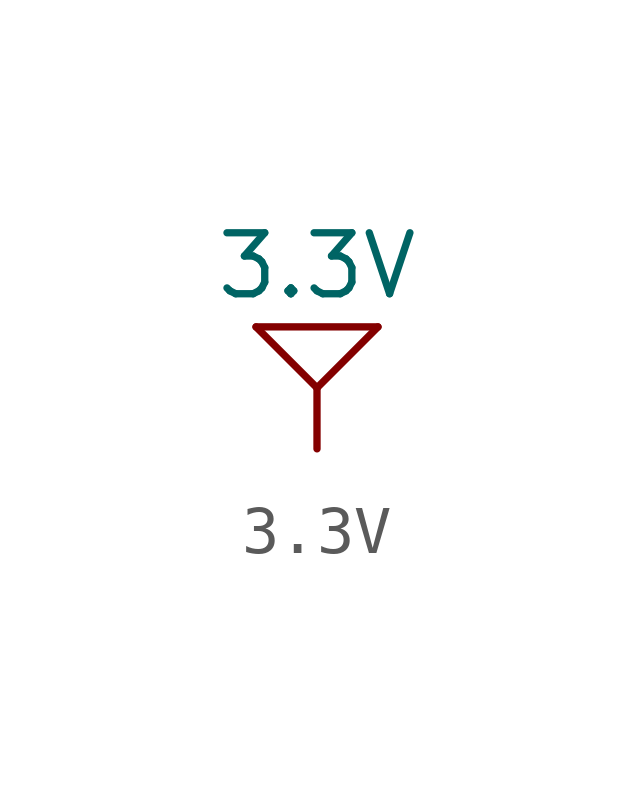
<source format=kicad_sym>
(kicad_symbol_lib
  (version 20211014)
  (generator kicad_symbol_editor)
  (symbol "3.3V"
    (power)
    (pin_names
      (offset 0))
    (property "Reference" "#PWR"
      (at 0 -2.54 0)
      (effects (font (size 1.27 1.27)) hide))
    (property "Value" "3.3V"
      (at 0 3.81 0)
      (effects (font (size 1.27 1.27))))
    (symbol "3.3V_0_1"
      (rectangle (start -1.27 2.54) (end 1.27 2.54) (stroke (width 0) (type default) (color 0 0 0 0)) (fill (type none)))
      (polyline (pts (xy -1.27 2.54) (xy 0 1.27)) (stroke (width 0) (type default) (color 0 0 0 0)) (fill (type none)))
      (polyline (pts (xy 0 0) (xy 0 1.27)) (stroke (width 0) (type default) (color 0 0 0 0)) (fill (type none)))
      (polyline (pts (xy 0 1.27) (xy 1.27 2.54)) (stroke (width 0) (type default) (color 0 0 0 0)) (fill (type none))))
    (symbol "3.3V_1_1"
      (pin power_in line (at 0 0 180) (length 0) hide (name "3.3V" (effects (font (size 1.27 1.27)))) (number "1" (effects (font (size 1.27 1.27))))))))
</source>
